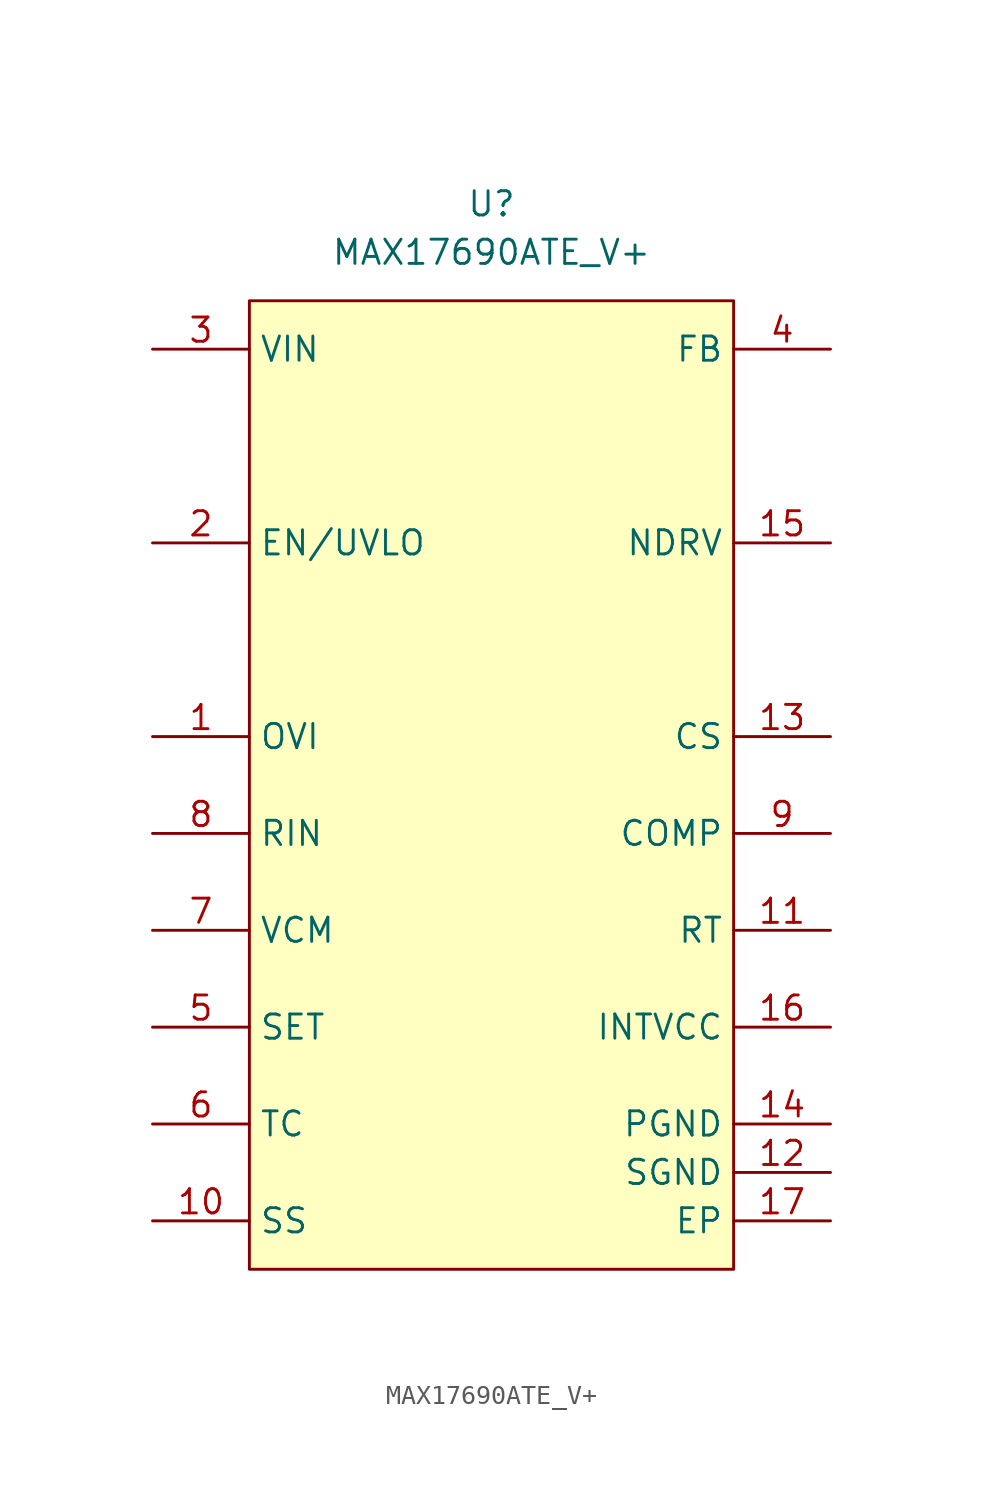
<source format=kicad_sym>
(kicad_symbol_lib
  (version 20241209)
  (generator "kicad_symbol_editor")
  (generator_version "9.0")
  (symbol "MAX17690ATE_V+"
    (property "Reference" "U"
      (at 0 5.08 0)
      (effects (font (size 1.27 1.27))))
    (property "Value" "MAX17690ATE_V+"
      (at 0 2.54 0)
      (effects (font (size 1.27 1.27))))
    (symbol "MAX17690ATE_V+_1_1"
      (rectangle (start -12.7 0) (end 12.7 -50.8) (stroke (width 0) (type solid)) (fill (type background)))
      (pin passive line (at -17.78 -2.54 0) (length 5.08) (name "VIN" (effects (font (size 1.27 1.27)))) (number "3" (effects (font (size 1.27 1.27)))))
      (pin passive line (at -17.78 -12.7 0) (length 5.08) (name "EN/UVLO" (effects (font (size 1.27 1.27)))) (number "2" (effects (font (size 1.27 1.27)))))
      (pin passive line (at -17.78 -22.86 0) (length 5.08) (name "OVI" (effects (font (size 1.27 1.27)))) (number "1" (effects (font (size 1.27 1.27)))))
      (pin passive line (at -17.78 -27.94 0) (length 5.08) (name "RIN" (effects (font (size 1.27 1.27)))) (number "8" (effects (font (size 1.27 1.27)))))
      (pin passive line (at -17.78 -33.02 0) (length 5.08) (name "VCM" (effects (font (size 1.27 1.27)))) (number "7" (effects (font (size 1.27 1.27)))))
      (pin passive line (at -17.78 -38.1 0) (length 5.08) (name "SET" (effects (font (size 1.27 1.27)))) (number "5" (effects (font (size 1.27 1.27)))))
      (pin passive line (at -17.78 -43.18 0) (length 5.08) (name "TC" (effects (font (size 1.27 1.27)))) (number "6" (effects (font (size 1.27 1.27)))))
      (pin passive line (at -17.78 -48.26 0) (length 5.08) (name "SS" (effects (font (size 1.27 1.27)))) (number "10" (effects (font (size 1.27 1.27)))))
      (pin passive line (at 17.78 -2.54 180) (length 5.08) (name "FB" (effects (font (size 1.27 1.27)))) (number "4" (effects (font (size 1.27 1.27)))))
      (pin passive line (at 17.78 -12.7 180) (length 5.08) (name "NDRV" (effects (font (size 1.27 1.27)))) (number "15" (effects (font (size 1.27 1.27)))))
      (pin passive line (at 17.78 -22.86 180) (length 5.08) (name "CS" (effects (font (size 1.27 1.27)))) (number "13" (effects (font (size 1.27 1.27)))))
      (pin passive line (at 17.78 -27.94 180) (length 5.08) (name "COMP" (effects (font (size 1.27 1.27)))) (number "9" (effects (font (size 1.27 1.27)))))
      (pin passive line (at 17.78 -33.02 180) (length 5.08) (name "RT" (effects (font (size 1.27 1.27)))) (number "11" (effects (font (size 1.27 1.27)))))
      (pin passive line (at 17.78 -38.1 180) (length 5.08) (name "INTVCC" (effects (font (size 1.27 1.27)))) (number "16" (effects (font (size 1.27 1.27)))))
      (pin passive line (at 17.78 -43.18 180) (length 5.08) (name "PGND" (effects (font (size 1.27 1.27)))) (number "14" (effects (font (size 1.27 1.27)))))
      (pin passive line (at 17.78 -45.72 180) (length 5.08) (name "SGND" (effects (font (size 1.27 1.27)))) (number "12" (effects (font (size 1.27 1.27)))))
      (pin passive line (at 17.78 -48.26 180) (length 5.08) (name "EP" (effects (font (size 1.27 1.27)))) (number "17" (effects (font (size 1.27 1.27))))))))
</source>
